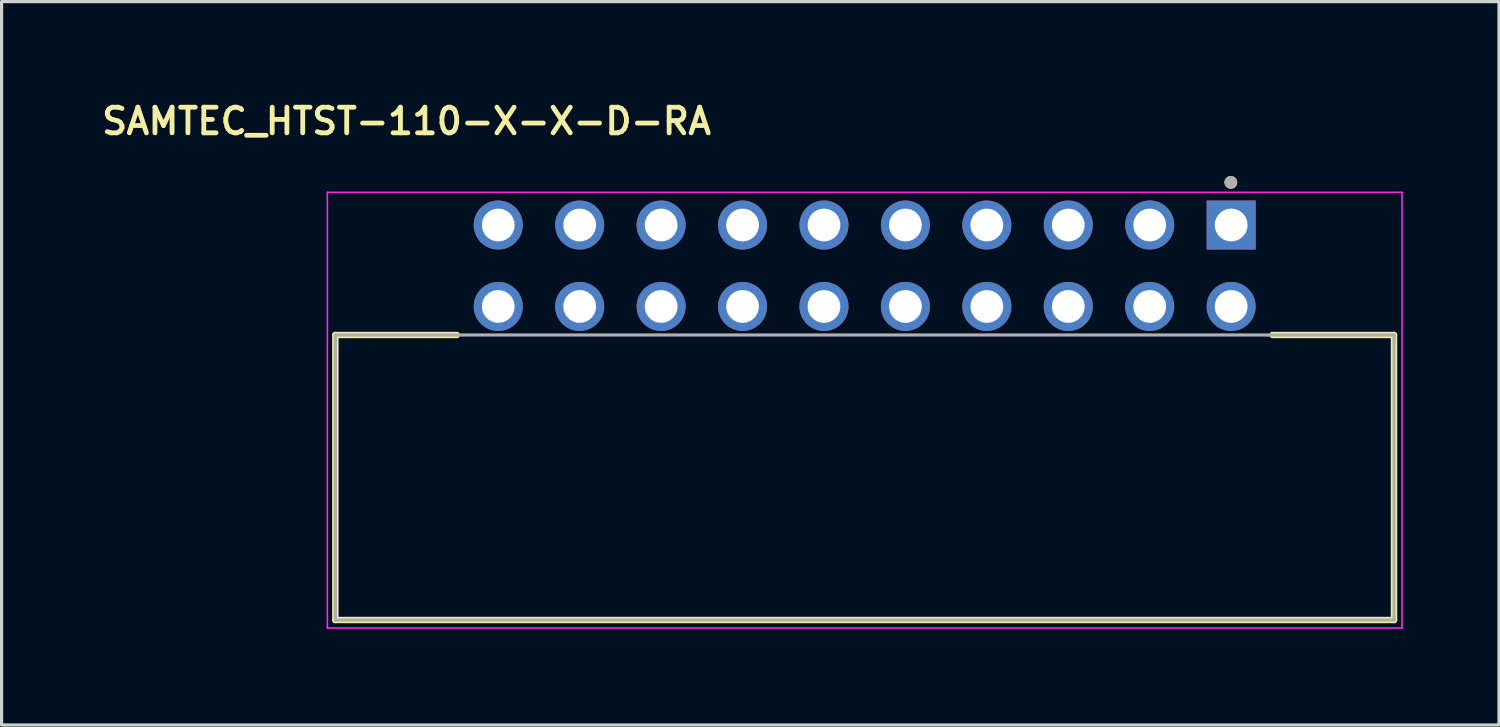
<source format=kicad_pcb>
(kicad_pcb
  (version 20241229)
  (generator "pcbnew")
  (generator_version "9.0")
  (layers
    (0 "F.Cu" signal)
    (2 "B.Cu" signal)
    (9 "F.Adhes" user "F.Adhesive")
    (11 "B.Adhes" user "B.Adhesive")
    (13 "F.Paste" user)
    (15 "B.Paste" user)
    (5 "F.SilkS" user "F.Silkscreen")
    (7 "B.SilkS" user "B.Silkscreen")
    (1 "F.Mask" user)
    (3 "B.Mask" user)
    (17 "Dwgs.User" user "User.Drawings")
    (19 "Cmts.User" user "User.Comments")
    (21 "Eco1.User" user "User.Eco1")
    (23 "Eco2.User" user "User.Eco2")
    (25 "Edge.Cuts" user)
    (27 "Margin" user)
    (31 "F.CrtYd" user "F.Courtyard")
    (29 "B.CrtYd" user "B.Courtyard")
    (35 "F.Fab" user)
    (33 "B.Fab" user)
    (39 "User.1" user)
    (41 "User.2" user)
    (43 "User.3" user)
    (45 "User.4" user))
  (footprint "SAMTEC_HTST-110-X-X-D-RA"
    (layer "F.Cu")
    (at 23.921 11.844)
    (property "Reference" "SAMTEC_HTST-110-X-X-D-RA" (at -14.29 -11.113 0) (layer "F.SilkS") (effects (font (size 0.8 0.8) (thickness 0.15))))
    (attr through_hole)
    (fp_line (start -16.51 -4.445) (end -16.51 4.445) (stroke (width 0.2) (type solid)) (layer "F.SilkS"))
    (fp_line (start -16.51 4.445) (end 16.51 4.445) (stroke (width 0.2) (type solid)) (layer "F.SilkS"))
    (fp_line (start -12.72 -4.445) (end -16.51 -4.445) (stroke (width 0.2) (type solid)) (layer "F.SilkS"))
    (fp_line (start 12.72 -4.445) (end 16.51 -4.445) (stroke (width 0.2) (type solid)) (layer "F.SilkS"))
    (fp_line (start 16.51 4.445) (end 16.51 -4.445) (stroke (width 0.2) (type solid)) (layer "F.SilkS"))
    (fp_circle (center 11.42 -9.205) (end 11.52 -9.205) (stroke (width 0.2) (type solid)) (fill no) (layer "F.SilkS"))
    (fp_line (start -16.76 -8.895) (end -16.76 4.695) (stroke (width 0.05) (type solid)) (layer "F.CrtYd"))
    (fp_line (start -16.76 4.695) (end 16.76 4.695) (stroke (width 0.05) (type solid)) (layer "F.CrtYd"))
    (fp_line (start 16.76 -8.895) (end -16.76 -8.895) (stroke (width 0.05) (type solid)) (layer "F.CrtYd"))
    (fp_line (start 16.76 4.695) (end 16.76 -8.895) (stroke (width 0.05) (type solid)) (layer "F.CrtYd"))
    (fp_line (start -16.51 -4.445) (end -16.51 4.445) (stroke (width 0.1) (type solid)) (layer "F.Fab"))
    (fp_line (start -16.51 4.445) (end 16.51 4.445) (stroke (width 0.1) (type solid)) (layer "F.Fab"))
    (fp_line (start 16.51 -4.445) (end -16.51 -4.445) (stroke (width 0.1) (type solid)) (layer "F.Fab"))
    (fp_line (start 16.51 4.445) (end 16.51 -4.445) (stroke (width 0.1) (type solid)) (layer "F.Fab"))
    (fp_circle (center 11.42 -9.205) (end 11.52 -9.205) (stroke (width 0.2) (type solid)) (fill no) (layer "F.Fab"))
    (pad "01" thru_hole rect (at 11.43 -7.875) (size 1.53 1.53) (drill 1.02) (layers "*.Cu" "*.Mask"))
    (pad "02" thru_hole circle (at 11.43 -5.335) (size 1.53 1.53) (drill 1.02) (layers "*.Cu" "*.Mask"))
    (pad "03" thru_hole circle (at 8.89 -7.875) (size 1.53 1.53) (drill 1.02) (layers "*.Cu" "*.Mask"))
    (pad "04" thru_hole circle (at 8.89 -5.335) (size 1.53 1.53) (drill 1.02) (layers "*.Cu" "*.Mask"))
    (pad "05" thru_hole circle (at 6.35 -7.875) (size 1.53 1.53) (drill 1.02) (layers "*.Cu" "*.Mask"))
    (pad "06" thru_hole circle (at 6.35 -5.335) (size 1.53 1.53) (drill 1.02) (layers "*.Cu" "*.Mask"))
    (pad "07" thru_hole circle (at 3.81 -7.875) (size 1.53 1.53) (drill 1.02) (layers "*.Cu" "*.Mask"))
    (pad "08" thru_hole circle (at 3.81 -5.335) (size 1.53 1.53) (drill 1.02) (layers "*.Cu" "*.Mask"))
    (pad "09" thru_hole circle (at 1.27 -7.875) (size 1.53 1.53) (drill 1.02) (layers "*.Cu" "*.Mask"))
    (pad "10" thru_hole circle (at 1.27 -5.335) (size 1.53 1.53) (drill 1.02) (layers "*.Cu" "*.Mask"))
    (pad "11" thru_hole circle (at -1.27 -7.875) (size 1.53 1.53) (drill 1.02) (layers "*.Cu" "*.Mask"))
    (pad "12" thru_hole circle (at -1.27 -5.335) (size 1.53 1.53) (drill 1.02) (layers "*.Cu" "*.Mask"))
    (pad "13" thru_hole circle (at -3.81 -7.875) (size 1.53 1.53) (drill 1.02) (layers "*.Cu" "*.Mask"))
    (pad "14" thru_hole circle (at -3.81 -5.335) (size 1.53 1.53) (drill 1.02) (layers "*.Cu" "*.Mask"))
    (pad "15" thru_hole circle (at -6.35 -7.875) (size 1.53 1.53) (drill 1.02) (layers "*.Cu" "*.Mask"))
    (pad "16" thru_hole circle (at -6.35 -5.335) (size 1.53 1.53) (drill 1.02) (layers "*.Cu" "*.Mask"))
    (pad "17" thru_hole circle (at -8.89 -7.875) (size 1.53 1.53) (drill 1.02) (layers "*.Cu" "*.Mask"))
    (pad "18" thru_hole circle (at -8.89 -5.335) (size 1.53 1.53) (drill 1.02) (layers "*.Cu" "*.Mask"))
    (pad "19" thru_hole circle (at -11.43 -7.875) (size 1.53 1.53) (drill 1.02) (layers "*.Cu" "*.Mask"))
    (pad "20" thru_hole circle (at -11.43 -5.335) (size 1.53 1.53) (drill 1.02) (layers "*.Cu" "*.Mask")))
  (gr_rect
    (start -3 -3)
    (end 43.706 19.564)
    (stroke (width 0.1) (type default))
    (fill no)
    (layer "Edge.Cuts")))
</source>
